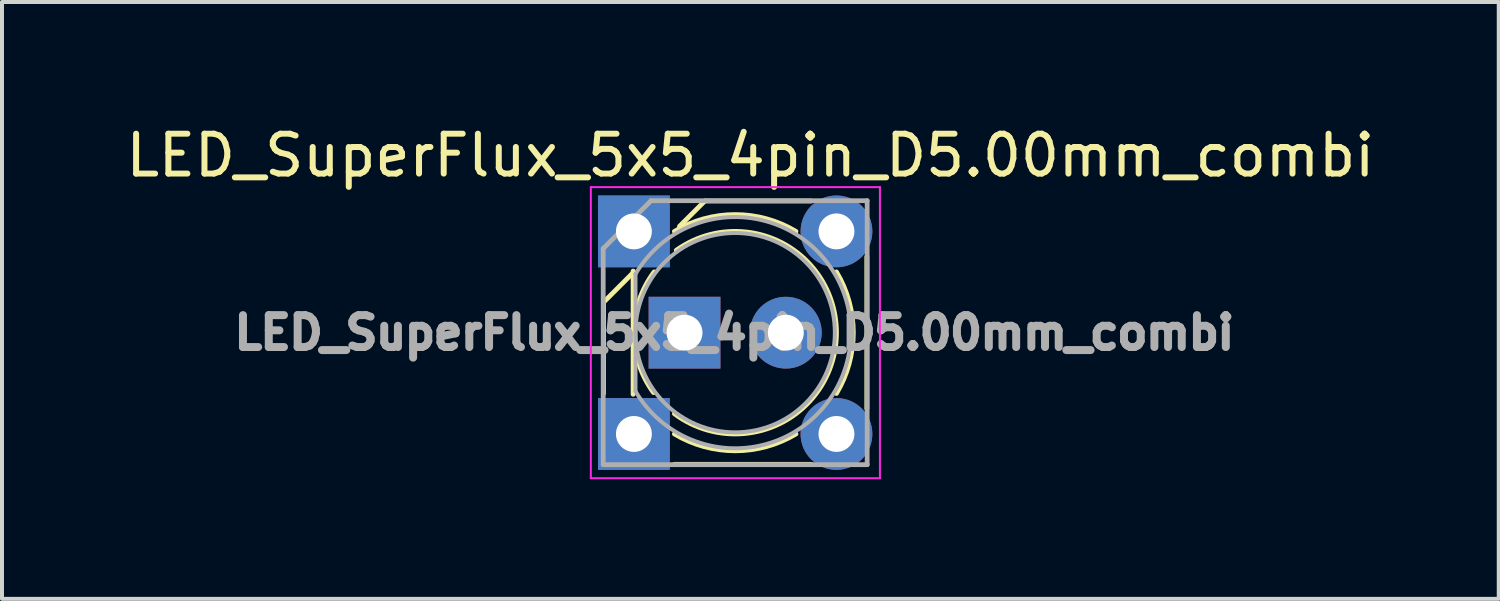
<source format=kicad_pcb>
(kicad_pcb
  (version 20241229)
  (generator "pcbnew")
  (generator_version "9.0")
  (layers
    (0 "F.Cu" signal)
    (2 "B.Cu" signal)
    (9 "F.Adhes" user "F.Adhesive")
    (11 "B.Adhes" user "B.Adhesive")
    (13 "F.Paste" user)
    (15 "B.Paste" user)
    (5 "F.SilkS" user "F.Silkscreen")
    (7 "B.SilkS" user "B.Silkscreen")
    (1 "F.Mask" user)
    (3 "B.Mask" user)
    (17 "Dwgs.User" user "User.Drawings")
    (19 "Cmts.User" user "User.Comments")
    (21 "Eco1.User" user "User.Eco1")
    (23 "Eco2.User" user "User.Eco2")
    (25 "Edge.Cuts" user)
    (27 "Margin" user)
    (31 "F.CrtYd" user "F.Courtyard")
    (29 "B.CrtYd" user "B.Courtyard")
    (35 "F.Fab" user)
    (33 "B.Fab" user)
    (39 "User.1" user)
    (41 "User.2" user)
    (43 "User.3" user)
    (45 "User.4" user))
  (footprint "LED_SuperFlux_5x5_4pin_D5.00mm_combi"
    (layer "F.Cu")
    (at 14.117 5.293)
    (property "Reference" "LED_SuperFlux_5x5_4pin_D5.00mm_combi" (at 1.651 -4.445 0) (layer "F.SilkS") (effects (font (size 1 1) (thickness 0.15))))
    (attr through_hole)
    (fp_line (start -2.032 -0.762) (end -1.27 -1.524) (stroke (width 0.12) (type solid)) (layer "F.SilkS"))
    (fp_line (start -2.032 1.524) (end -2.032 -0.762) (stroke (width 0.12) (type solid)) (layer "F.SilkS"))
    (fp_line (start -1.29 -1.545) (end -1.29 1.545) (stroke (width 0.12) (type solid)) (layer "F.SilkS"))
    (fp_line (start -0.127 -2.667) (end 0.508 -3.302) (stroke (width 0.12) (type solid)) (layer "F.SilkS"))
    (fp_line (start 0.508 -3.302) (end 3.175 -3.302) (stroke (width 0.12) (type solid)) (layer "F.SilkS"))
    (fp_line (start 3.175 3.302) (end -0.254 3.302) (stroke (width 0.12) (type solid)) (layer "F.SilkS"))
    (fp_line (start 4.572 -1.905) (end 4.572 1.905) (stroke (width 0.12) (type solid)) (layer "F.SilkS"))
    (fp_arc (start -0.778268 1.502064) (mid -1.269963 -0.013655) (end -0.762 -1.523999) (stroke (width 0.12) (type solid)) (layer "F.SilkS"))
    (fp_arc (start -0.254 -2.539999) (mid 1.27 -2.962123) (end 2.793999 -2.539999) (stroke (width 0.12) (type solid)) (layer "F.SilkS"))
    (fp_arc (start -0.206345 -2.066882) (mid 3.809828 0.029528) (end -0.253999 2.032) (stroke (width 0.12) (type solid)) (layer "F.SilkS"))
    (fp_arc (start 2.794 2.539999) (mid 1.27 2.962123) (end -0.253999 2.539999) (stroke (width 0.12) (type solid)) (layer "F.SilkS"))
    (fp_arc (start 3.809999 -1.524) (mid 4.232123 0) (end 3.809999 1.523999) (stroke (width 0.12) (type solid)) (layer "F.SilkS"))
    (fp_line (start -2.35 -3.65) (end -2.35 3.65) (stroke (width 0.05) (type solid)) (layer "F.CrtYd"))
    (fp_line (start -2.35 3.65) (end 4.9 3.65) (stroke (width 0.05) (type solid)) (layer "F.CrtYd"))
    (fp_line (start 4.9 -3.65) (end -2.35 -3.65) (stroke (width 0.05) (type solid)) (layer "F.CrtYd"))
    (fp_line (start 4.9 3.65) (end 4.9 -3.65) (stroke (width 0.05) (type solid)) (layer "F.CrtYd"))
    (fp_line (start -2.04 -2.11) (end -2.04 3.31) (stroke (width 0.12) (type solid)) (layer "F.Fab"))
    (fp_line (start -2.04 3.31) (end 4.58 3.31) (stroke (width 0.12) (type solid)) (layer "F.Fab"))
    (fp_line (start -1.23 -1.47) (end -1.23 1.47) (stroke (width 0.1) (type solid)) (layer "F.Fab"))
    (fp_line (start -0.84 -3.31) (end -2.04 -2.11) (stroke (width 0.12) (type solid)) (layer "F.Fab"))
    (fp_line (start -0.84 -3.31) (end 4.58 -3.31) (stroke (width 0.12) (type solid)) (layer "F.Fab"))
    (fp_line (start 4.58 -3.31) (end 4.58 3.31) (stroke (width 0.12) (type solid)) (layer "F.Fab"))
    (fp_arc (start -1.23 -1.469694) (mid 4.17 0.000016) (end -1.230016 1.469666) (stroke (width 0.1) (type solid)) (layer "F.Fab"))
    (fp_circle (center 1.27 0) (end 3.77 0) (stroke (width 0.1) (type solid)) (fill no) (layer "F.Fab"))
    (fp_text user "${REFERENCE}" (at 1.25 0 0) (layer "F.Fab") (effects (font (size 0.8 0.8) (thickness 0.2))))
    (pad "1" thru_hole rect (at -1.27 -2.54) (size 1.8 1.8) (drill 0.9) (layers "*.Cu" "*.Mask"))
    (pad "1" thru_hole rect (at -1.27 2.54) (size 1.8 1.8) (drill 0.9) (layers "*.Cu" "*.Mask"))
    (pad "1" thru_hole rect (at 0 0) (size 1.8 1.8) (drill 0.9) (layers "*.Cu" "*.Mask"))
    (pad "2" thru_hole circle (at 2.54 0) (size 1.8 1.8) (drill 0.9) (layers "*.Cu" "*.Mask"))
    (pad "2" thru_hole circle (at 3.81 -2.54) (size 1.8 1.8) (drill 0.9) (layers "*.Cu" "*.Mask"))
    (pad "2" thru_hole circle (at 3.81 2.54) (size 1.8 1.8) (drill 0.9) (layers "*.Cu" "*.Mask")))
  (gr_rect
    (start -3 -3)
    (end 34.536 11.968)
    (stroke (width 0.1) (type default))
    (fill no)
    (layer "Edge.Cuts")))
</source>
